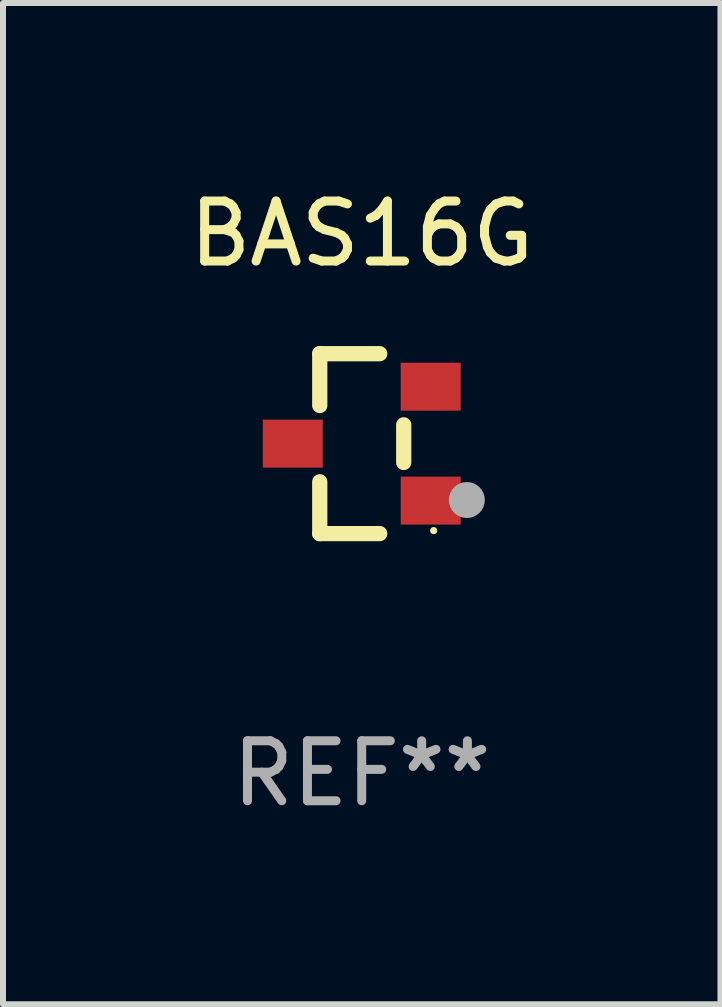
<source format=kicad_pcb>
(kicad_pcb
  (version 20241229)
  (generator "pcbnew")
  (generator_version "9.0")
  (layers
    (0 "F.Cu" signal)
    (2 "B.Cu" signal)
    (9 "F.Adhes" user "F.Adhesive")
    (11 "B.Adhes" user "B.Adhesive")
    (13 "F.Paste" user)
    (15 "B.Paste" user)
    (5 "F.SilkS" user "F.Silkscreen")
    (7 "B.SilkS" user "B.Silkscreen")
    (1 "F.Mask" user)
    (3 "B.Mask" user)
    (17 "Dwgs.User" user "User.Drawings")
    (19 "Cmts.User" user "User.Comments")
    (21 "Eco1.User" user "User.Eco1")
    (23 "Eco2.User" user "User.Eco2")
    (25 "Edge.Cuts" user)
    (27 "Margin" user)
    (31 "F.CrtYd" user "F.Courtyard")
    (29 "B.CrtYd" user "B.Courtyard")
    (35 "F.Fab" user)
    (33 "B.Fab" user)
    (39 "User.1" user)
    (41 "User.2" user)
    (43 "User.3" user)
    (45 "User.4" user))
  (footprint "BAS16G"
    (layer "F.Cu")
    (at 2.982 4.348)
    (property "Reference" "BAS16G" (at 0 -3.5 0) (layer "F.SilkS") (effects (font (size 1 1) (thickness 0.15))))
    (attr through_hole)
    (fp_line (start -0.7 -1.5) (end 0.3 -1.5) (stroke (width 0.254) (type solid)) (layer "F.SilkS"))
    (fp_line (start -0.7 -0.636) (end -0.7 -1.5) (stroke (width 0.254) (type solid)) (layer "F.SilkS"))
    (fp_line (start -0.7 1.5) (end -0.7 0.636) (stroke (width 0.254) (type solid)) (layer "F.SilkS"))
    (fp_line (start -0.7 1.5) (end 0.3 1.5) (stroke (width 0.254) (type solid)) (layer "F.SilkS"))
    (fp_line (start 0.7 0.314) (end 0.7 -0.314) (stroke (width 0.254) (type solid)) (layer "F.SilkS"))
    (fp_circle (center 1.2 1.45) (end 1.23 1.45) (stroke (width 0.06) (type solid)) (fill no) (layer "F.SilkS"))
    (fp_circle (center 1.753 0.94) (end 1.903 0.94) (stroke (width 0.3) (type solid)) (fill no) (layer "F.Fab"))
    (fp_text user "REF**" (at 0 5.5 0) (layer "F.Fab") (effects (font (size 1 1) (thickness 0.15))))
    (pad "1" smd rect (at 1.15 0.95 180) (size 1 0.8) (layers "F.Cu" "F.Mask" "F.Paste"))
    (pad "2" smd rect (at 1.15 -0.95 180) (size 1 0.8) (layers "F.Cu" "F.Mask" "F.Paste"))
    (pad "3" smd rect (at -1.15 -0.000051 180) (size 1 0.8) (layers "F.Cu" "F.Mask" "F.Paste")))
  (gr_rect
    (start -3 -3)
    (end 8.964 13.697)
    (stroke (width 0.1) (type default))
    (fill no)
    (layer "Edge.Cuts")))
</source>
